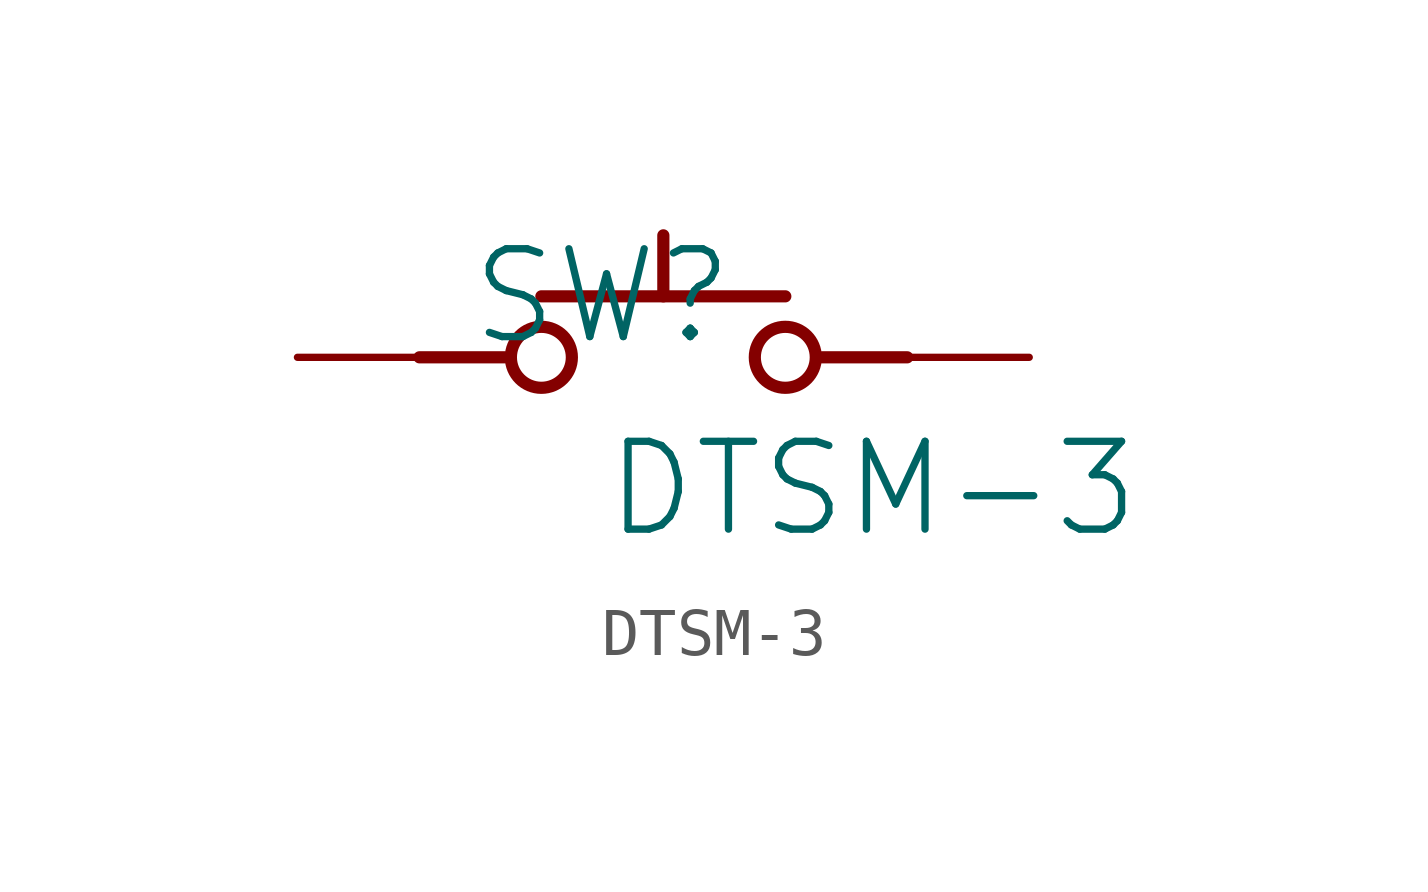
<source format=kicad_sym>
(kicad_symbol_lib
  (version 20231120)
  (generator "kicad_symbol_editor")
  (generator_version "8.0")
  (symbol "DTSM-3"
    (property "Reference" "SW"
      (at -1.27 1.27 0)
      (effects (font (size 1.829 1.829))))
    (property "Value" "DTSM-3"
      (at -1.27 -3.81 0)
      (effects (font (size 1.829 1.829)) (justify left bottom)))
    (symbol "DTSM-3_1_0"
      (circle (center -2.54 0) (radius 0.635) (stroke (width 0.254) (type solid)) (fill (type none)))
      (polyline (pts (xy -5.08 0) (xy -3.302 0)) (stroke (width 0.254) (type solid)) (fill (type none)))
      (polyline (pts (xy -2.54 1.27) (xy 2.54 1.27)) (stroke (width 0.254) (type solid)) (fill (type none)))
      (polyline (pts (xy 0 2.54) (xy 0 1.27)) (stroke (width 0.254) (type solid)) (fill (type none)))
      (polyline (pts (xy 3.302 0) (xy 5.08 0)) (stroke (width 0.254) (type solid)) (fill (type none)))
      (circle (center 2.54 0) (radius 0.635) (stroke (width 0.254) (type solid)) (fill (type none)))
      (pin passive line (at -7.62 0 0) (length 2.54) (name "" (effects (font (size 1.27 1.27)))) (number "1" (effects (font (size 0 0)))))
      (pin passive line (at 7.62 0 180) (length 2.54) (name "" (effects (font (size 1.27 1.27)))) (number "2" (effects (font (size 0 0))))))))
</source>
